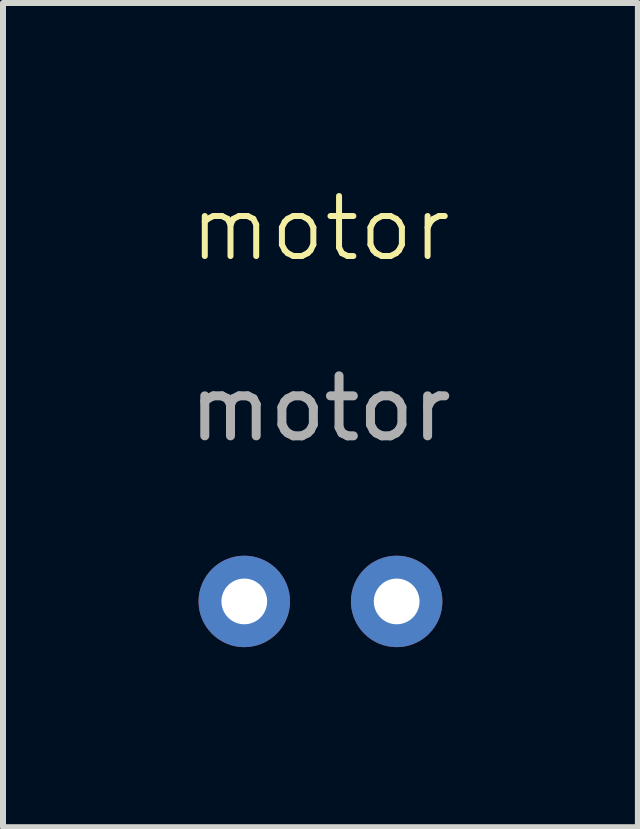
<source format=kicad_pcb>
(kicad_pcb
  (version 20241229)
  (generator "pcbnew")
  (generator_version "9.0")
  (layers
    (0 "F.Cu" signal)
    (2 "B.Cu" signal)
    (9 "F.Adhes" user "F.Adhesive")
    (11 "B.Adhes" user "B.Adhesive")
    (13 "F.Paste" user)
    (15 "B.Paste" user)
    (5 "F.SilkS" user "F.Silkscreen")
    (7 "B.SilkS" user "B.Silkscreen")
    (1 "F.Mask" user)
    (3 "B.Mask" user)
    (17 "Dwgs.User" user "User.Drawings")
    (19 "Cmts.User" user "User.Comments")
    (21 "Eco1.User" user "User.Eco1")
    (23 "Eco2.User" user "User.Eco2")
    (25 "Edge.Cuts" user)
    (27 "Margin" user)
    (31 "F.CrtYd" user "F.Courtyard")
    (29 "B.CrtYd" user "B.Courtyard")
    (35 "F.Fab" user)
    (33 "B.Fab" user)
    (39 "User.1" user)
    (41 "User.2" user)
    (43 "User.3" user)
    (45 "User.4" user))
  (footprint "motor"
    (layer "F.Cu")
    (at 2.292 1.26)
    (property "Reference" "motor" (at 0 -0.5 0) (unlocked yes) (layer "F.SilkS") (effects (font (size 1 1) (thickness 0.1))))
    (attr through_hole)
    (fp_text user "${REFERENCE}" (at 0 2.5 0) (unlocked yes) (layer "F.Fab") (effects (font (size 1 1) (thickness 0.15))))
    (pad "1" thru_hole circle (at -1.27 5.715) (size 1.524 1.524) (drill 0.762) (layers "*.Cu" "*.Mask"))
    (pad "2" thru_hole circle (at 1.27 5.715) (size 1.524 1.524) (drill 0.762) (layers "*.Cu" "*.Mask")))
  (gr_rect
    (start -3 -3)
    (end 7.583 10.738)
    (stroke (width 0.1) (type default))
    (fill no)
    (layer "Edge.Cuts")))
</source>
